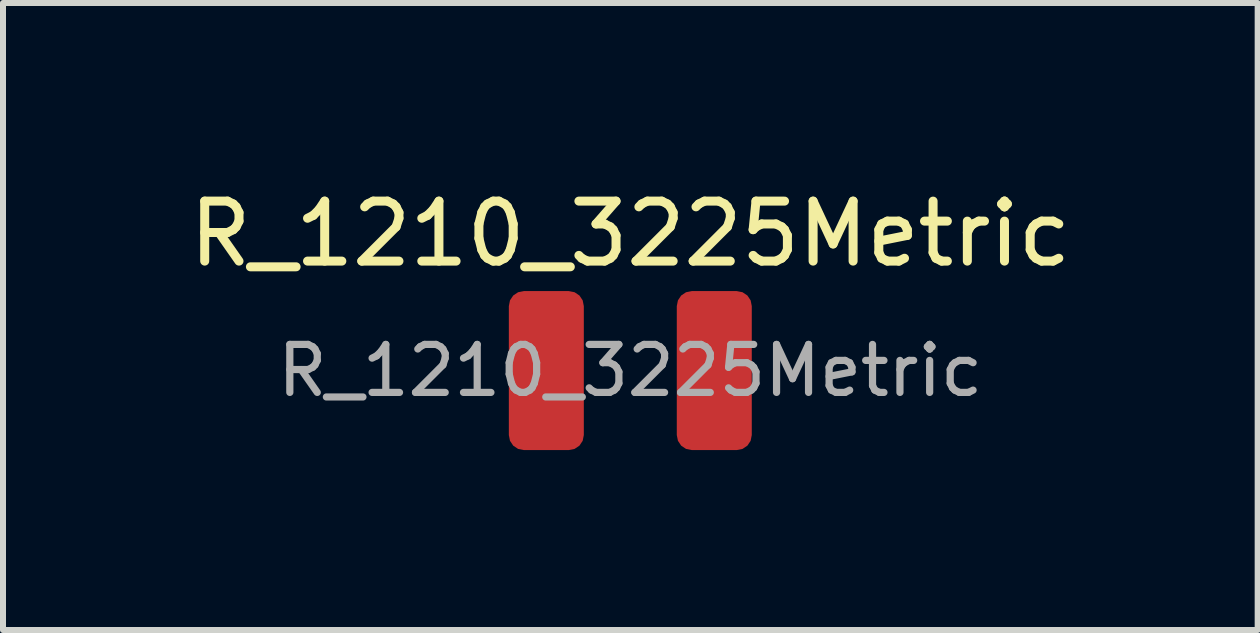
<source format=kicad_pcb>
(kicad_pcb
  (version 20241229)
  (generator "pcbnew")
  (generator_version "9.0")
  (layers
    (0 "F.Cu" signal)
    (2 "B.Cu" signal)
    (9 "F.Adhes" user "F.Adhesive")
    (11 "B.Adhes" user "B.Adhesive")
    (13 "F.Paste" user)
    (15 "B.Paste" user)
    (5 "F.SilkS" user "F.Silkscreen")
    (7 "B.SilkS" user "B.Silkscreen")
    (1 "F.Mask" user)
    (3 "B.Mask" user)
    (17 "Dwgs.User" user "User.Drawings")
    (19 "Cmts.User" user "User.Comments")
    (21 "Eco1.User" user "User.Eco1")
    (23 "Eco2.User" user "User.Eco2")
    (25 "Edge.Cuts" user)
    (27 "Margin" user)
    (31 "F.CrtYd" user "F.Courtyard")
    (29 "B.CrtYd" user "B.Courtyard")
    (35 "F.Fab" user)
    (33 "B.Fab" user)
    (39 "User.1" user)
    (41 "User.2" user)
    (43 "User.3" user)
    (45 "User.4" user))
  (footprint "R_1210_3225Metric"
    (layer "F.Cu")
    (at 7.458 3.128)
    (property "Reference" "R_1210_3225Metric" (at 0 -2.28 0) (layer "F.SilkS") (effects (font (size 1 1) (thickness 0.15))))
    (attr smd)
    (fp_text user "${REFERENCE}" (at 0 0 0) (layer "F.Fab") (effects (font (size 0.8 0.8) (thickness 0.12))))
    (pad "1" smd roundrect (at -1.4 0) (size 1.25 2.65) (layers "F.Cu" "F.Mask" "F.Paste") (roundrect_rratio 0.2))
    (pad "2" smd roundrect (at 1.4 0) (size 1.25 2.65) (layers "F.Cu" "F.Mask" "F.Paste") (roundrect_rratio 0.2)))
  (gr_rect
    (start -3 -3)
    (end 17.917 7.453)
    (stroke (width 0.1) (type default))
    (fill no)
    (layer "Edge.Cuts")))
</source>
